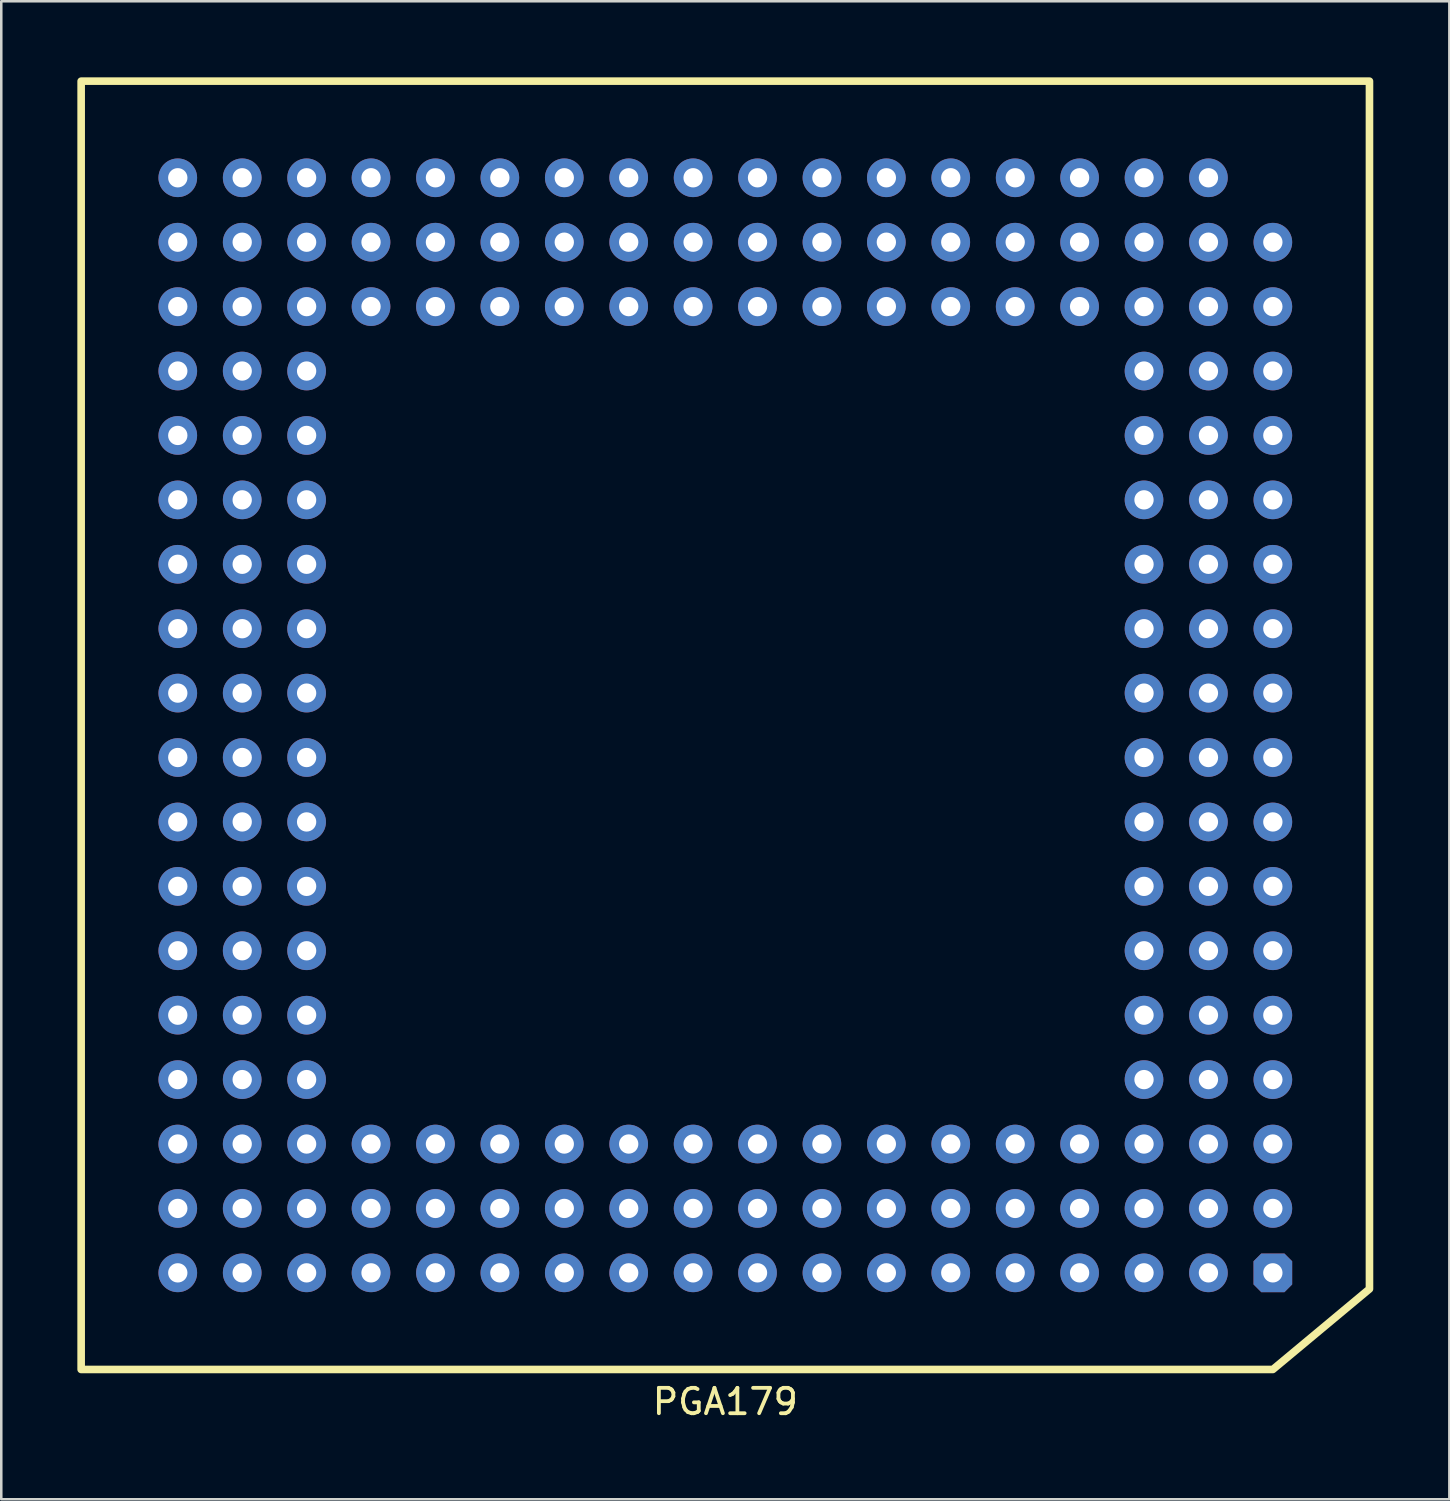
<source format=kicad_pcb>
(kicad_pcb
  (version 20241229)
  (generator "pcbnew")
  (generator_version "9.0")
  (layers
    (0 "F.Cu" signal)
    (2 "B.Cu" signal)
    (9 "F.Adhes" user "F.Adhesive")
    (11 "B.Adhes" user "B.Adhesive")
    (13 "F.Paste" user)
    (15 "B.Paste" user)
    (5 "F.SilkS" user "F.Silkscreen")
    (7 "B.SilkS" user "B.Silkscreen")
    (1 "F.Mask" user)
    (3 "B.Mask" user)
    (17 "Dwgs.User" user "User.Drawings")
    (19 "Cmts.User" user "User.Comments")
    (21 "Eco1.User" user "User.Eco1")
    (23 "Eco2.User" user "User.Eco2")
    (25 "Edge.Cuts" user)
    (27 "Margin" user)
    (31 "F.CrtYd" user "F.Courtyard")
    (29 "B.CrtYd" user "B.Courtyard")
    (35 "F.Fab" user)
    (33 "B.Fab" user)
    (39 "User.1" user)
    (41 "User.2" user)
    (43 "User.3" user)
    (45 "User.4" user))
  (footprint "PGA179"
    (layer "F.Cu")
    (at 25.55 25.55)
    (property "Reference" "PGA179" (at 0 26.67 0) (unlocked yes) (layer "F.SilkS") (effects (font (size 1 1) (thickness 0.15))))
    (attr through_hole)
    (fp_poly (pts (xy 25.4 -25.4) (xy -25.4 -25.4) (xy -25.4 25.4) (xy 21.59 25.4) (xy 25.4 22.225)) (stroke (width 0.3) (type solid)) (fill no) (layer "F.SilkS"))
    (pad "1" thru_hole roundrect (at 21.59 21.59) (size 1.524 1.524) (drill 0.762) (layers "*.Cu" "*.Mask") (roundrect_rratio 0) (chamfer_ratio 0.2) (chamfer top_left top_right bottom_left bottom_right))
    (pad "2" thru_hole circle (at 19.05 21.59) (size 1.524 1.524) (drill 0.762) (layers "*.Cu" "*.Mask"))
    (pad "3" thru_hole circle (at 16.51 21.59) (size 1.524 1.524) (drill 0.762) (layers "*.Cu" "*.Mask"))
    (pad "4" thru_hole circle (at 13.97 21.59) (size 1.524 1.524) (drill 0.762) (layers "*.Cu" "*.Mask"))
    (pad "5" thru_hole circle (at 11.43 21.59) (size 1.524 1.524) (drill 0.762) (layers "*.Cu" "*.Mask"))
    (pad "6" thru_hole circle (at 8.89 21.59) (size 1.524 1.524) (drill 0.762) (layers "*.Cu" "*.Mask"))
    (pad "7" thru_hole circle (at 6.35 21.59) (size 1.524 1.524) (drill 0.762) (layers "*.Cu" "*.Mask"))
    (pad "8" thru_hole circle (at 3.81 21.59) (size 1.524 1.524) (drill 0.762) (layers "*.Cu" "*.Mask"))
    (pad "9" thru_hole circle (at 1.27 21.59) (size 1.524 1.524) (drill 0.762) (layers "*.Cu" "*.Mask"))
    (pad "10" thru_hole circle (at -1.27 21.59) (size 1.524 1.524) (drill 0.762) (layers "*.Cu" "*.Mask"))
    (pad "11" thru_hole circle (at -3.81 21.59) (size 1.524 1.524) (drill 0.762) (layers "*.Cu" "*.Mask"))
    (pad "12" thru_hole circle (at -6.35 21.59) (size 1.524 1.524) (drill 0.762) (layers "*.Cu" "*.Mask"))
    (pad "13" thru_hole circle (at -8.89 21.59) (size 1.524 1.524) (drill 0.762) (layers "*.Cu" "*.Mask"))
    (pad "14" thru_hole circle (at -11.43 21.59) (size 1.524 1.524) (drill 0.762) (layers "*.Cu" "*.Mask"))
    (pad "15" thru_hole circle (at -13.97 21.59) (size 1.524 1.524) (drill 0.762) (layers "*.Cu" "*.Mask"))
    (pad "16" thru_hole circle (at -16.51 21.59) (size 1.524 1.524) (drill 0.762) (layers "*.Cu" "*.Mask"))
    (pad "17" thru_hole circle (at -19.05 21.59) (size 1.524 1.524) (drill 0.762) (layers "*.Cu" "*.Mask"))
    (pad "18" thru_hole circle (at -21.59 21.59) (size 1.524 1.524) (drill 0.762) (layers "*.Cu" "*.Mask"))
    (pad "19" thru_hole circle (at 21.59 19.05) (size 1.524 1.524) (drill 0.762) (layers "*.Cu" "*.Mask"))
    (pad "20" thru_hole circle (at 19.05 19.05) (size 1.524 1.524) (drill 0.762) (layers "*.Cu" "*.Mask"))
    (pad "21" thru_hole circle (at 16.51 19.05) (size 1.524 1.524) (drill 0.762) (layers "*.Cu" "*.Mask"))
    (pad "22" thru_hole circle (at 13.97 19.05) (size 1.524 1.524) (drill 0.762) (layers "*.Cu" "*.Mask"))
    (pad "23" thru_hole circle (at 11.43 19.05) (size 1.524 1.524) (drill 0.762) (layers "*.Cu" "*.Mask"))
    (pad "24" thru_hole circle (at 8.89 19.05) (size 1.524 1.524) (drill 0.762) (layers "*.Cu" "*.Mask"))
    (pad "25" thru_hole circle (at 6.35 19.05) (size 1.524 1.524) (drill 0.762) (layers "*.Cu" "*.Mask"))
    (pad "26" thru_hole circle (at 3.81 19.05) (size 1.524 1.524) (drill 0.762) (layers "*.Cu" "*.Mask"))
    (pad "27" thru_hole circle (at 1.27 19.05) (size 1.524 1.524) (drill 0.762) (layers "*.Cu" "*.Mask"))
    (pad "28" thru_hole circle (at -1.27 19.05) (size 1.524 1.524) (drill 0.762) (layers "*.Cu" "*.Mask"))
    (pad "29" thru_hole circle (at -3.81 19.05) (size 1.524 1.524) (drill 0.762) (layers "*.Cu" "*.Mask"))
    (pad "30" thru_hole circle (at -6.35 19.05) (size 1.524 1.524) (drill 0.762) (layers "*.Cu" "*.Mask"))
    (pad "31" thru_hole circle (at -8.89 19.05) (size 1.524 1.524) (drill 0.762) (layers "*.Cu" "*.Mask"))
    (pad "32" thru_hole circle (at -11.43 19.05) (size 1.524 1.524) (drill 0.762) (layers "*.Cu" "*.Mask"))
    (pad "33" thru_hole circle (at -13.97 19.05) (size 1.524 1.524) (drill 0.762) (layers "*.Cu" "*.Mask"))
    (pad "34" thru_hole circle (at -16.51 19.05) (size 1.524 1.524) (drill 0.762) (layers "*.Cu" "*.Mask"))
    (pad "35" thru_hole circle (at -19.05 19.05) (size 1.524 1.524) (drill 0.762) (layers "*.Cu" "*.Mask"))
    (pad "36" thru_hole circle (at -21.59 19.05) (size 1.524 1.524) (drill 0.762) (layers "*.Cu" "*.Mask"))
    (pad "37" thru_hole circle (at 21.59 16.51) (size 1.524 1.524) (drill 0.762) (layers "*.Cu" "*.Mask"))
    (pad "38" thru_hole circle (at 19.05 16.51) (size 1.524 1.524) (drill 0.762) (layers "*.Cu" "*.Mask"))
    (pad "39" thru_hole circle (at 16.51 16.51) (size 1.524 1.524) (drill 0.762) (layers "*.Cu" "*.Mask"))
    (pad "40" thru_hole circle (at 13.97 16.51) (size 1.524 1.524) (drill 0.762) (layers "*.Cu" "*.Mask"))
    (pad "41" thru_hole circle (at 11.43 16.51) (size 1.524 1.524) (drill 0.762) (layers "*.Cu" "*.Mask"))
    (pad "42" thru_hole circle (at 8.89 16.51) (size 1.524 1.524) (drill 0.762) (layers "*.Cu" "*.Mask"))
    (pad "43" thru_hole circle (at 6.35 16.51) (size 1.524 1.524) (drill 0.762) (layers "*.Cu" "*.Mask"))
    (pad "44" thru_hole circle (at 3.81 16.51) (size 1.524 1.524) (drill 0.762) (layers "*.Cu" "*.Mask"))
    (pad "45" thru_hole circle (at 1.27 16.51) (size 1.524 1.524) (drill 0.762) (layers "*.Cu" "*.Mask"))
    (pad "46" thru_hole circle (at -1.27 16.51) (size 1.524 1.524) (drill 0.762) (layers "*.Cu" "*.Mask"))
    (pad "47" thru_hole circle (at -3.81 16.51) (size 1.524 1.524) (drill 0.762) (layers "*.Cu" "*.Mask"))
    (pad "48" thru_hole circle (at -6.35 16.51) (size 1.524 1.524) (drill 0.762) (layers "*.Cu" "*.Mask"))
    (pad "49" thru_hole circle (at -8.89 16.51) (size 1.524 1.524) (drill 0.762) (layers "*.Cu" "*.Mask"))
    (pad "50" thru_hole circle (at -11.43 16.51) (size 1.524 1.524) (drill 0.762) (layers "*.Cu" "*.Mask"))
    (pad "51" thru_hole circle (at -13.97 16.51) (size 1.524 1.524) (drill 0.762) (layers "*.Cu" "*.Mask"))
    (pad "52" thru_hole circle (at -16.51 16.51) (size 1.524 1.524) (drill 0.762) (layers "*.Cu" "*.Mask"))
    (pad "53" thru_hole circle (at -19.05 16.51) (size 1.524 1.524) (drill 0.762) (layers "*.Cu" "*.Mask"))
    (pad "54" thru_hole circle (at -21.59 16.51) (size 1.524 1.524) (drill 0.762) (layers "*.Cu" "*.Mask"))
    (pad "55" thru_hole circle (at 21.59 13.97) (size 1.524 1.524) (drill 0.762) (layers "*.Cu" "*.Mask"))
    (pad "56" thru_hole circle (at 19.05 13.97) (size 1.524 1.524) (drill 0.762) (layers "*.Cu" "*.Mask"))
    (pad "57" thru_hole circle (at 16.51 13.97) (size 1.524 1.524) (drill 0.762) (layers "*.Cu" "*.Mask"))
    (pad "58" thru_hole circle (at -16.51 13.97) (size 1.524 1.524) (drill 0.762) (layers "*.Cu" "*.Mask"))
    (pad "59" thru_hole circle (at -19.05 13.97) (size 1.524 1.524) (drill 0.762) (layers "*.Cu" "*.Mask"))
    (pad "60" thru_hole circle (at -21.59 13.97) (size 1.524 1.524) (drill 0.762) (layers "*.Cu" "*.Mask"))
    (pad "61" thru_hole circle (at 21.59 11.43) (size 1.524 1.524) (drill 0.762) (layers "*.Cu" "*.Mask"))
    (pad "62" thru_hole circle (at 19.05 11.43) (size 1.524 1.524) (drill 0.762) (layers "*.Cu" "*.Mask"))
    (pad "63" thru_hole circle (at 16.51 11.43) (size 1.524 1.524) (drill 0.762) (layers "*.Cu" "*.Mask"))
    (pad "64" thru_hole circle (at -16.51 11.43) (size 1.524 1.524) (drill 0.762) (layers "*.Cu" "*.Mask"))
    (pad "65" thru_hole circle (at -19.05 11.43) (size 1.524 1.524) (drill 0.762) (layers "*.Cu" "*.Mask"))
    (pad "66" thru_hole circle (at -21.59 11.43) (size 1.524 1.524) (drill 0.762) (layers "*.Cu" "*.Mask"))
    (pad "67" thru_hole circle (at 21.59 8.89) (size 1.524 1.524) (drill 0.762) (layers "*.Cu" "*.Mask"))
    (pad "68" thru_hole circle (at 19.05 8.89) (size 1.524 1.524) (drill 0.762) (layers "*.Cu" "*.Mask"))
    (pad "69" thru_hole circle (at 16.51 8.89) (size 1.524 1.524) (drill 0.762) (layers "*.Cu" "*.Mask"))
    (pad "70" thru_hole circle (at -16.51 8.89) (size 1.524 1.524) (drill 0.762) (layers "*.Cu" "*.Mask"))
    (pad "71" thru_hole circle (at -19.05 8.89) (size 1.524 1.524) (drill 0.762) (layers "*.Cu" "*.Mask"))
    (pad "72" thru_hole circle (at -21.59 8.89) (size 1.524 1.524) (drill 0.762) (layers "*.Cu" "*.Mask"))
    (pad "73" thru_hole circle (at 21.59 6.35) (size 1.524 1.524) (drill 0.762) (layers "*.Cu" "*.Mask"))
    (pad "74" thru_hole circle (at 19.05 6.35) (size 1.524 1.524) (drill 0.762) (layers "*.Cu" "*.Mask"))
    (pad "75" thru_hole circle (at 16.51 6.35) (size 1.524 1.524) (drill 0.762) (layers "*.Cu" "*.Mask"))
    (pad "76" thru_hole circle (at -16.51 6.35) (size 1.524 1.524) (drill 0.762) (layers "*.Cu" "*.Mask"))
    (pad "77" thru_hole circle (at -19.05 6.35) (size 1.524 1.524) (drill 0.762) (layers "*.Cu" "*.Mask"))
    (pad "78" thru_hole circle (at -21.59 6.35) (size 1.524 1.524) (drill 0.762) (layers "*.Cu" "*.Mask"))
    (pad "79" thru_hole circle (at 21.59 3.81) (size 1.524 1.524) (drill 0.762) (layers "*.Cu" "*.Mask"))
    (pad "80" thru_hole circle (at 19.05 3.81) (size 1.524 1.524) (drill 0.762) (layers "*.Cu" "*.Mask"))
    (pad "81" thru_hole circle (at 16.51 3.81) (size 1.524 1.524) (drill 0.762) (layers "*.Cu" "*.Mask"))
    (pad "82" thru_hole circle (at -16.51 3.81) (size 1.524 1.524) (drill 0.762) (layers "*.Cu" "*.Mask"))
    (pad "83" thru_hole circle (at -19.05 3.81) (size 1.524 1.524) (drill 0.762) (layers "*.Cu" "*.Mask"))
    (pad "84" thru_hole circle (at -21.59 3.81) (size 1.524 1.524) (drill 0.762) (layers "*.Cu" "*.Mask"))
    (pad "85" thru_hole circle (at 21.59 1.27) (size 1.524 1.524) (drill 0.762) (layers "*.Cu" "*.Mask"))
    (pad "86" thru_hole circle (at 19.05 1.27) (size 1.524 1.524) (drill 0.762) (layers "*.Cu" "*.Mask"))
    (pad "87" thru_hole circle (at 16.51 1.27) (size 1.524 1.524) (drill 0.762) (layers "*.Cu" "*.Mask"))
    (pad "88" thru_hole circle (at -16.51 1.27) (size 1.524 1.524) (drill 0.762) (layers "*.Cu" "*.Mask"))
    (pad "89" thru_hole circle (at -19.05 1.27) (size 1.524 1.524) (drill 0.762) (layers "*.Cu" "*.Mask"))
    (pad "90" thru_hole circle (at -21.59 1.27) (size 1.524 1.524) (drill 0.762) (layers "*.Cu" "*.Mask"))
    (pad "91" thru_hole circle (at 21.59 -1.27) (size 1.524 1.524) (drill 0.762) (layers "*.Cu" "*.Mask"))
    (pad "92" thru_hole circle (at 19.05 -1.27) (size 1.524 1.524) (drill 0.762) (layers "*.Cu" "*.Mask"))
    (pad "93" thru_hole circle (at 16.51 -1.27) (size 1.524 1.524) (drill 0.762) (layers "*.Cu" "*.Mask"))
    (pad "94" thru_hole circle (at -16.51 -1.27) (size 1.524 1.524) (drill 0.762) (layers "*.Cu" "*.Mask"))
    (pad "95" thru_hole circle (at -19.05 -1.27) (size 1.524 1.524) (drill 0.762) (layers "*.Cu" "*.Mask"))
    (pad "96" thru_hole circle (at -21.59 -1.27) (size 1.524 1.524) (drill 0.762) (layers "*.Cu" "*.Mask"))
    (pad "97" thru_hole circle (at 21.59 -3.81) (size 1.524 1.524) (drill 0.762) (layers "*.Cu" "*.Mask"))
    (pad "98" thru_hole circle (at 19.05 -3.81) (size 1.524 1.524) (drill 0.762) (layers "*.Cu" "*.Mask"))
    (pad "99" thru_hole circle (at 16.51 -3.81) (size 1.524 1.524) (drill 0.762) (layers "*.Cu" "*.Mask"))
    (pad "100" thru_hole circle (at -16.51 -3.81) (size 1.524 1.524) (drill 0.762) (layers "*.Cu" "*.Mask"))
    (pad "101" thru_hole circle (at -19.05 -3.81) (size 1.524 1.524) (drill 0.762) (layers "*.Cu" "*.Mask"))
    (pad "102" thru_hole circle (at -21.59 -3.81) (size 1.524 1.524) (drill 0.762) (layers "*.Cu" "*.Mask"))
    (pad "103" thru_hole circle (at 21.59 -6.35) (size 1.524 1.524) (drill 0.762) (layers "*.Cu" "*.Mask"))
    (pad "104" thru_hole circle (at 19.05 -6.35) (size 1.524 1.524) (drill 0.762) (layers "*.Cu" "*.Mask"))
    (pad "105" thru_hole circle (at 16.51 -6.35) (size 1.524 1.524) (drill 0.762) (layers "*.Cu" "*.Mask"))
    (pad "106" thru_hole circle (at -16.51 -6.35) (size 1.524 1.524) (drill 0.762) (layers "*.Cu" "*.Mask"))
    (pad "107" thru_hole circle (at -19.05 -6.35) (size 1.524 1.524) (drill 0.762) (layers "*.Cu" "*.Mask"))
    (pad "108" thru_hole circle (at -21.59 -6.35) (size 1.524 1.524) (drill 0.762) (layers "*.Cu" "*.Mask"))
    (pad "109" thru_hole circle (at 21.59 -8.89) (size 1.524 1.524) (drill 0.762) (layers "*.Cu" "*.Mask"))
    (pad "110" thru_hole circle (at 19.05 -8.89) (size 1.524 1.524) (drill 0.762) (layers "*.Cu" "*.Mask"))
    (pad "111" thru_hole circle (at 16.51 -8.89) (size 1.524 1.524) (drill 0.762) (layers "*.Cu" "*.Mask"))
    (pad "112" thru_hole circle (at -16.51 -8.89) (size 1.524 1.524) (drill 0.762) (layers "*.Cu" "*.Mask"))
    (pad "113" thru_hole circle (at -19.05 -8.89) (size 1.524 1.524) (drill 0.762) (layers "*.Cu" "*.Mask"))
    (pad "114" thru_hole circle (at -21.59 -8.89) (size 1.524 1.524) (drill 0.762) (layers "*.Cu" "*.Mask"))
    (pad "115" thru_hole circle (at 21.59 -11.43) (size 1.524 1.524) (drill 0.762) (layers "*.Cu" "*.Mask"))
    (pad "116" thru_hole circle (at 19.05 -11.43) (size 1.524 1.524) (drill 0.762) (layers "*.Cu" "*.Mask"))
    (pad "117" thru_hole circle (at 16.51 -11.43) (size 1.524 1.524) (drill 0.762) (layers "*.Cu" "*.Mask"))
    (pad "118" thru_hole circle (at -16.51 -11.43) (size 1.524 1.524) (drill 0.762) (layers "*.Cu" "*.Mask"))
    (pad "119" thru_hole circle (at -19.05 -11.43) (size 1.524 1.524) (drill 0.762) (layers "*.Cu" "*.Mask"))
    (pad "120" thru_hole circle (at -21.59 -11.43) (size 1.524 1.524) (drill 0.762) (layers "*.Cu" "*.Mask"))
    (pad "121" thru_hole circle (at 21.59 -13.97) (size 1.524 1.524) (drill 0.762) (layers "*.Cu" "*.Mask"))
    (pad "122" thru_hole circle (at 19.05 -13.97) (size 1.524 1.524) (drill 0.762) (layers "*.Cu" "*.Mask"))
    (pad "123" thru_hole circle (at 16.51 -13.97) (size 1.524 1.524) (drill 0.762) (layers "*.Cu" "*.Mask"))
    (pad "124" thru_hole circle (at -16.51 -13.97) (size 1.524 1.524) (drill 0.762) (layers "*.Cu" "*.Mask"))
    (pad "125" thru_hole circle (at -19.05 -13.97) (size 1.524 1.524) (drill 0.762) (layers "*.Cu" "*.Mask"))
    (pad "126" thru_hole circle (at -21.59 -13.97) (size 1.524 1.524) (drill 0.762) (layers "*.Cu" "*.Mask"))
    (pad "127" thru_hole circle (at 21.59 -16.51) (size 1.524 1.524) (drill 0.762) (layers "*.Cu" "*.Mask"))
    (pad "128" thru_hole circle (at 19.05 -16.51) (size 1.524 1.524) (drill 0.762) (layers "*.Cu" "*.Mask"))
    (pad "129" thru_hole circle (at 16.51 -16.51) (size 1.524 1.524) (drill 0.762) (layers "*.Cu" "*.Mask"))
    (pad "130" thru_hole circle (at 13.97 -16.51) (size 1.524 1.524) (drill 0.762) (layers "*.Cu" "*.Mask"))
    (pad "131" thru_hole circle (at 11.43 -16.51) (size 1.524 1.524) (drill 0.762) (layers "*.Cu" "*.Mask"))
    (pad "132" thru_hole circle (at 8.89 -16.51) (size 1.524 1.524) (drill 0.762) (layers "*.Cu" "*.Mask"))
    (pad "133" thru_hole circle (at 6.35 -16.51) (size 1.524 1.524) (drill 0.762) (layers "*.Cu" "*.Mask"))
    (pad "134" thru_hole circle (at 3.81 -16.51) (size 1.524 1.524) (drill 0.762) (layers "*.Cu" "*.Mask"))
    (pad "135" thru_hole circle (at 1.27 -16.51) (size 1.524 1.524) (drill 0.762) (layers "*.Cu" "*.Mask"))
    (pad "136" thru_hole circle (at -1.27 -16.51) (size 1.524 1.524) (drill 0.762) (layers "*.Cu" "*.Mask"))
    (pad "137" thru_hole circle (at -3.81 -16.51) (size 1.524 1.524) (drill 0.762) (layers "*.Cu" "*.Mask"))
    (pad "138" thru_hole circle (at -6.35 -16.51) (size 1.524 1.524) (drill 0.762) (layers "*.Cu" "*.Mask"))
    (pad "139" thru_hole circle (at -8.89 -16.51) (size 1.524 1.524) (drill 0.762) (layers "*.Cu" "*.Mask"))
    (pad "140" thru_hole circle (at -11.43 -16.51) (size 1.524 1.524) (drill 0.762) (layers "*.Cu" "*.Mask"))
    (pad "141" thru_hole circle (at -13.97 -16.51) (size 1.524 1.524) (drill 0.762) (layers "*.Cu" "*.Mask"))
    (pad "142" thru_hole circle (at -16.51 -16.51) (size 1.524 1.524) (drill 0.762) (layers "*.Cu" "*.Mask"))
    (pad "143" thru_hole circle (at -19.05 -16.51) (size 1.524 1.524) (drill 0.762) (layers "*.Cu" "*.Mask"))
    (pad "144" thru_hole circle (at -21.59 -16.51) (size 1.524 1.524) (drill 0.762) (layers "*.Cu" "*.Mask"))
    (pad "145" thru_hole circle (at 21.59 -19.05) (size 1.524 1.524) (drill 0.762) (layers "*.Cu" "*.Mask"))
    (pad "146" thru_hole circle (at 19.05 -19.05) (size 1.524 1.524) (drill 0.762) (layers "*.Cu" "*.Mask"))
    (pad "147" thru_hole circle (at 16.51 -19.05) (size 1.524 1.524) (drill 0.762) (layers "*.Cu" "*.Mask"))
    (pad "148" thru_hole circle (at 13.97 -19.05) (size 1.524 1.524) (drill 0.762) (layers "*.Cu" "*.Mask"))
    (pad "149" thru_hole circle (at 11.43 -19.05) (size 1.524 1.524) (drill 0.762) (layers "*.Cu" "*.Mask"))
    (pad "150" thru_hole circle (at 8.89 -19.05) (size 1.524 1.524) (drill 0.762) (layers "*.Cu" "*.Mask"))
    (pad "151" thru_hole circle (at 6.35 -19.05) (size 1.524 1.524) (drill 0.762) (layers "*.Cu" "*.Mask"))
    (pad "152" thru_hole circle (at 3.81 -19.05) (size 1.524 1.524) (drill 0.762) (layers "*.Cu" "*.Mask"))
    (pad "153" thru_hole circle (at 1.27 -19.05) (size 1.524 1.524) (drill 0.762) (layers "*.Cu" "*.Mask"))
    (pad "154" thru_hole circle (at -1.27 -19.05) (size 1.524 1.524) (drill 0.762) (layers "*.Cu" "*.Mask"))
    (pad "155" thru_hole circle (at -3.81 -19.05) (size 1.524 1.524) (drill 0.762) (layers "*.Cu" "*.Mask"))
    (pad "156" thru_hole circle (at -6.35 -19.05) (size 1.524 1.524) (drill 0.762) (layers "*.Cu" "*.Mask"))
    (pad "157" thru_hole circle (at -8.89 -19.05) (size 1.524 1.524) (drill 0.762) (layers "*.Cu" "*.Mask"))
    (pad "158" thru_hole circle (at -11.43 -19.05) (size 1.524 1.524) (drill 0.762) (layers "*.Cu" "*.Mask"))
    (pad "159" thru_hole circle (at -13.97 -19.05) (size 1.524 1.524) (drill 0.762) (layers "*.Cu" "*.Mask"))
    (pad "160" thru_hole circle (at -16.51 -19.05) (size 1.524 1.524) (drill 0.762) (layers "*.Cu" "*.Mask"))
    (pad "161" thru_hole circle (at -19.05 -19.05) (size 1.524 1.524) (drill 0.762) (layers "*.Cu" "*.Mask"))
    (pad "162" thru_hole circle (at -21.59 -19.05) (size 1.524 1.524) (drill 0.762) (layers "*.Cu" "*.Mask"))
    (pad "163" thru_hole circle (at 19.05 -21.59) (size 1.524 1.524) (drill 0.762) (layers "*.Cu" "*.Mask"))
    (pad "164" thru_hole circle (at 16.51 -21.59) (size 1.524 1.524) (drill 0.762) (layers "*.Cu" "*.Mask"))
    (pad "165" thru_hole circle (at 13.97 -21.59) (size 1.524 1.524) (drill 0.762) (layers "*.Cu" "*.Mask"))
    (pad "166" thru_hole circle (at 11.43 -21.59) (size 1.524 1.524) (drill 0.762) (layers "*.Cu" "*.Mask"))
    (pad "167" thru_hole circle (at 8.89 -21.59) (size 1.524 1.524) (drill 0.762) (layers "*.Cu" "*.Mask"))
    (pad "168" thru_hole circle (at 6.35 -21.59) (size 1.524 1.524) (drill 0.762) (layers "*.Cu" "*.Mask"))
    (pad "169" thru_hole circle (at 3.81 -21.59) (size 1.524 1.524) (drill 0.762) (layers "*.Cu" "*.Mask"))
    (pad "170" thru_hole circle (at 1.27 -21.59) (size 1.524 1.524) (drill 0.762) (layers "*.Cu" "*.Mask"))
    (pad "171" thru_hole circle (at -1.27 -21.59) (size 1.524 1.524) (drill 0.762) (layers "*.Cu" "*.Mask"))
    (pad "172" thru_hole circle (at -3.81 -21.59) (size 1.524 1.524) (drill 0.762) (layers "*.Cu" "*.Mask"))
    (pad "173" thru_hole circle (at -6.35 -21.59) (size 1.524 1.524) (drill 0.762) (layers "*.Cu" "*.Mask"))
    (pad "174" thru_hole circle (at -8.89 -21.59) (size 1.524 1.524) (drill 0.762) (layers "*.Cu" "*.Mask"))
    (pad "175" thru_hole circle (at -11.43 -21.59) (size 1.524 1.524) (drill 0.762) (layers "*.Cu" "*.Mask"))
    (pad "176" thru_hole circle (at -13.97 -21.59) (size 1.524 1.524) (drill 0.762) (layers "*.Cu" "*.Mask"))
    (pad "177" thru_hole circle (at -16.51 -21.59) (size 1.524 1.524) (drill 0.762) (layers "*.Cu" "*.Mask"))
    (pad "178" thru_hole circle (at -19.05 -21.59) (size 1.524 1.524) (drill 0.762) (layers "*.Cu" "*.Mask"))
    (pad "179" thru_hole circle (at -21.59 -21.59) (size 1.524 1.524) (drill 0.762) (layers "*.Cu" "*.Mask")))
  (gr_rect
    (start -3 -3)
    (end 54.1 56.068)
    (stroke (width 0.1) (type default))
    (fill no)
    (layer "Edge.Cuts")))
</source>
